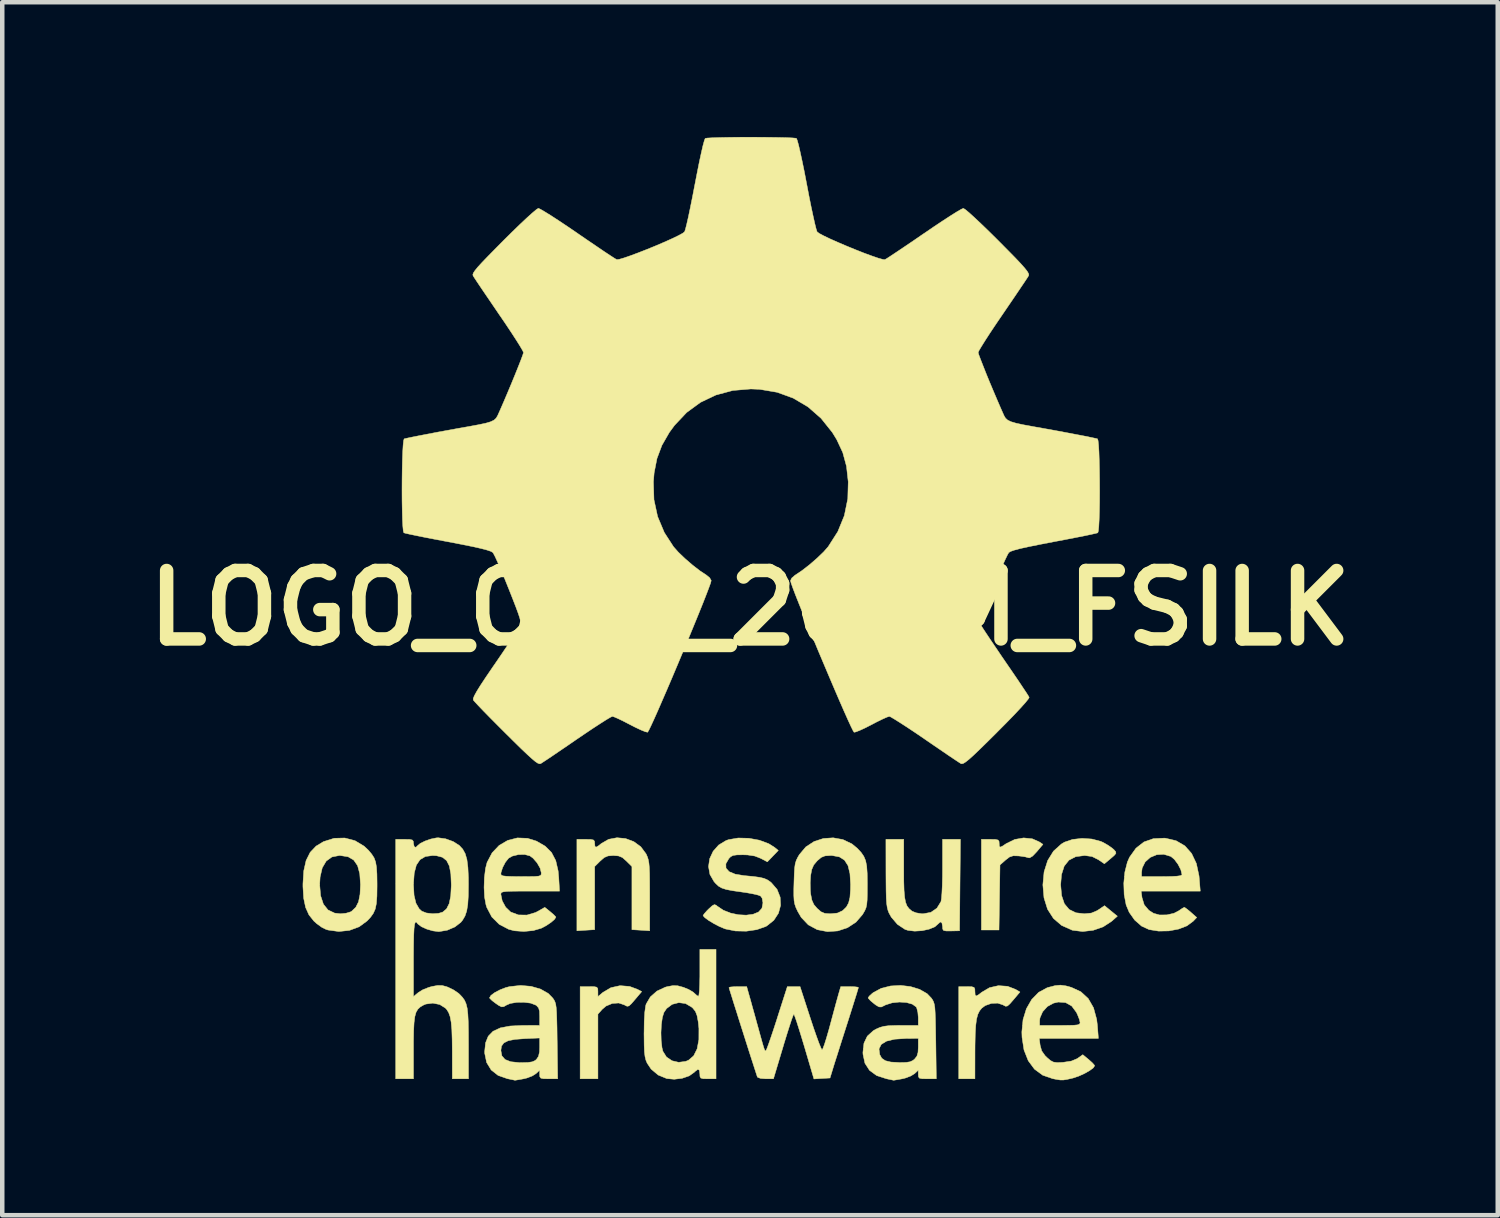
<source format=kicad_pcb>
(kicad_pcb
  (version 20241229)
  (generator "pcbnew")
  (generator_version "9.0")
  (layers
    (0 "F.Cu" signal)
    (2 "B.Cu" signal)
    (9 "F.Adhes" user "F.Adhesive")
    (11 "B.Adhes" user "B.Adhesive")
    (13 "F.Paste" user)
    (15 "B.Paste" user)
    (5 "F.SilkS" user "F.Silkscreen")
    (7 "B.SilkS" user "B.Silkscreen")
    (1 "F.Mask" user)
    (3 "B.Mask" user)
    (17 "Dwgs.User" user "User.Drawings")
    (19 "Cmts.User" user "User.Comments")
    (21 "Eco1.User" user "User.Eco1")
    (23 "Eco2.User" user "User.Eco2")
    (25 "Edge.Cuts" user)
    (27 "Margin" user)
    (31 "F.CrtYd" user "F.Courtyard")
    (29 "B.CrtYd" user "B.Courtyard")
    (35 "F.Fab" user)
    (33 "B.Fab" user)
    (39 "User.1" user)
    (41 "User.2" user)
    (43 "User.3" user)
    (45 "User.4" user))
  (footprint "LOGO_OSH_20MM_FSILK"
    (layer "F.Cu")
    (at 13.651 10.488)
    (property "Reference" "LOGO_OSH_20MM_FSILK" (at 0 0 0) (layer "F.SilkS") (effects (font (size 1.524 1.524) (thickness 0.3))))
    (attr through_hole)
    (fp_poly (pts (xy -2.682 8.427) (xy -2.513 8.489) (xy -2.412 8.542) (xy -2.561 8.718) (xy -2.643 8.813) (xy -2.696 8.861) (xy -2.737 8.869) (xy -2.782 8.848) (xy -2.797 8.838) (xy -2.923 8.796) (xy -3.067 8.806) (xy -3.206 8.864) (xy -3.288 8.933) (xy -3.387 9.044) (xy -3.387 10.484) (xy -3.783 10.484) (xy -3.783 8.431) (xy -3.585 8.431) (xy -3.472 8.432) (xy -3.413 8.444) (xy -3.39 8.476) (xy -3.387 8.538) (xy -3.387 8.542) (xy -3.387 8.653) (xy -3.277 8.561) (xy -3.098 8.455) (xy -2.894 8.41) (xy -2.682 8.427)) (stroke (width 0.01) (type solid)) (fill yes) (layer "F.SilkS"))
    (fp_poly (pts (xy 6.286 5.14) (xy 6.436 5.206) (xy 6.523 5.263) (xy 6.388 5.424) (xy 6.293 5.524) (xy 6.226 5.564) (xy 6.198 5.561) (xy 6.13 5.542) (xy 6.023 5.526) (xy 5.976 5.521) (xy 5.861 5.518) (xy 5.779 5.544) (xy 5.693 5.61) (xy 5.688 5.614) (xy 5.566 5.722) (xy 5.544 7.17) (xy 5.152 7.17) (xy 5.152 5.152) (xy 5.35 5.152) (xy 5.464 5.154) (xy 5.523 5.167) (xy 5.545 5.197) (xy 5.548 5.242) (xy 5.551 5.304) (xy 5.569 5.325) (xy 5.618 5.305) (xy 5.71 5.244) (xy 5.713 5.243) (xy 5.896 5.154) (xy 6.094 5.12) (xy 6.286 5.14)) (stroke (width 0.01) (type solid)) (fill yes) (layer "F.SilkS"))
    (fp_poly (pts (xy 5.735 8.424) (xy 5.915 8.494) (xy 6.011 8.551) (xy 5.866 8.723) (xy 5.785 8.816) (xy 5.733 8.862) (xy 5.692 8.869) (xy 5.646 8.846) (xy 5.634 8.838) (xy 5.515 8.799) (xy 5.374 8.805) (xy 5.238 8.853) (xy 5.162 8.909) (xy 5.111 8.971) (xy 5.072 9.05) (xy 5.044 9.155) (xy 5.026 9.297) (xy 5.015 9.485) (xy 5.01 9.73) (xy 5.009 9.881) (xy 5.008 10.484) (xy 4.648 10.484) (xy 4.648 8.431) (xy 4.828 8.431) (xy 4.934 8.433) (xy 4.988 8.448) (xy 5.006 8.485) (xy 5.008 8.539) (xy 5.013 8.616) (xy 5.037 8.64) (xy 5.091 8.611) (xy 5.158 8.558) (xy 5.332 8.455) (xy 5.531 8.41) (xy 5.735 8.424)) (stroke (width 0.01) (type solid)) (fill yes) (layer "F.SilkS"))
    (fp_poly (pts (xy -2.772 5.134) (xy -2.59 5.202) (xy -2.433 5.316) (xy -2.317 5.472) (xy -2.31 5.485) (xy -2.285 5.543) (xy -2.266 5.603) (xy -2.252 5.677) (xy -2.243 5.775) (xy -2.237 5.909) (xy -2.235 6.089) (xy -2.234 6.327) (xy -2.234 6.415) (xy -2.234 7.188) (xy -2.432 7.175) (xy -2.63 7.163) (xy -2.63 5.757) (xy -2.753 5.635) (xy -2.843 5.556) (xy -2.929 5.521) (xy -3.044 5.512) (xy -3.162 5.521) (xy -3.247 5.557) (xy -3.336 5.635) (xy -3.459 5.757) (xy -3.459 7.163) (xy -3.657 7.175) (xy -3.855 7.188) (xy -3.855 5.152) (xy -3.657 5.152) (xy -3.543 5.154) (xy -3.484 5.167) (xy -3.462 5.197) (xy -3.459 5.242) (xy -3.453 5.309) (xy -3.427 5.326) (xy -3.369 5.292) (xy -3.31 5.244) (xy -3.148 5.151) (xy -2.963 5.116) (xy -2.772 5.134)) (stroke (width 0.01) (type solid)) (fill yes) (layer "F.SilkS"))
    (fp_poly (pts (xy 7.613 5.145) (xy 7.811 5.198) (xy 7.863 5.221) (xy 7.976 5.286) (xy 8.071 5.354) (xy 8.104 5.383) (xy 8.143 5.429) (xy 8.147 5.465) (xy 8.109 5.511) (xy 8.033 5.577) (xy 7.891 5.696) (xy 7.756 5.604) (xy 7.615 5.534) (xy 7.454 5.512) (xy 7.448 5.512) (xy 7.251 5.538) (xy 7.101 5.616) (xy 6.996 5.748) (xy 6.936 5.936) (xy 6.917 6.163) (xy 6.938 6.403) (xy 7 6.586) (xy 7.106 6.713) (xy 7.257 6.787) (xy 7.444 6.809) (xy 7.6 6.794) (xy 7.728 6.74) (xy 7.761 6.719) (xy 7.894 6.629) (xy 8.18 6.863) (xy 8.05 6.978) (xy 7.863 7.1) (xy 7.641 7.177) (xy 7.407 7.204) (xy 7.186 7.177) (xy 7.169 7.172) (xy 6.937 7.068) (xy 6.756 6.912) (xy 6.625 6.708) (xy 6.546 6.455) (xy 6.521 6.166) (xy 6.548 5.876) (xy 6.628 5.624) (xy 6.757 5.415) (xy 6.932 5.257) (xy 7.002 5.215) (xy 7.181 5.154) (xy 7.394 5.13) (xy 7.613 5.145)) (stroke (width 0.01) (type solid)) (fill yes) (layer "F.SilkS"))
    (fp_poly (pts (xy 3.423 5.82) (xy 3.424 6.086) (xy 3.43 6.29) (xy 3.443 6.442) (xy 3.464 6.554) (xy 3.496 6.635) (xy 3.541 6.695) (xy 3.601 6.746) (xy 3.611 6.753) (xy 3.698 6.788) (xy 3.818 6.808) (xy 3.858 6.809) (xy 4.028 6.777) (xy 4.162 6.684) (xy 4.252 6.538) (xy 4.263 6.472) (xy 4.273 6.348) (xy 4.281 6.18) (xy 4.286 5.98) (xy 4.287 5.798) (xy 4.287 5.152) (xy 4.685 5.152) (xy 4.675 6.17) (xy 4.666 7.188) (xy 4.477 7.192) (xy 4.367 7.192) (xy 4.31 7.181) (xy 4.29 7.148) (xy 4.287 7.093) (xy 4.273 7.013) (xy 4.238 6.99) (xy 4.195 7.029) (xy 4.116 7.099) (xy 3.987 7.152) (xy 3.831 7.186) (xy 3.667 7.196) (xy 3.519 7.179) (xy 3.451 7.157) (xy 3.284 7.046) (xy 3.146 6.885) (xy 3.094 6.791) (xy 3.072 6.734) (xy 3.055 6.666) (xy 3.042 6.578) (xy 3.034 6.458) (xy 3.03 6.295) (xy 3.028 6.078) (xy 3.027 5.9) (xy 3.026 5.152) (xy 3.423 5.152) (xy 3.423 5.82)) (stroke (width 0.01) (type solid)) (fill yes) (layer "F.SilkS"))
    (fp_poly (pts (xy -8.796 5.182) (xy -8.592 5.305) (xy -8.494 5.398) (xy -8.423 5.483) (xy -8.371 5.564) (xy -8.338 5.655) (xy -8.318 5.77) (xy -8.308 5.925) (xy -8.305 6.133) (xy -8.305 6.197) (xy -8.308 6.416) (xy -8.32 6.579) (xy -8.345 6.702) (xy -8.389 6.801) (xy -8.454 6.891) (xy -8.526 6.968) (xy -8.704 7.099) (xy -8.92 7.179) (xy -9.156 7.204) (xy -9.396 7.171) (xy -9.439 7.158) (xy -9.536 7.11) (xy -9.649 7.028) (xy -9.713 6.97) (xy -9.822 6.833) (xy -9.896 6.668) (xy -9.939 6.463) (xy -9.955 6.206) (xy -9.955 6.161) (xy -9.583 6.161) (xy -9.562 6.407) (xy -9.5 6.595) (xy -9.397 6.724) (xy -9.251 6.794) (xy -9.12 6.809) (xy -8.996 6.797) (xy -8.893 6.766) (xy -8.871 6.753) (xy -8.778 6.664) (xy -8.717 6.542) (xy -8.684 6.374) (xy -8.674 6.161) (xy -8.69 5.919) (xy -8.738 5.739) (xy -8.824 5.614) (xy -8.949 5.54) (xy -9.119 5.513) (xy -9.147 5.512) (xy -9.31 5.544) (xy -9.436 5.635) (xy -9.525 5.785) (xy -9.573 5.991) (xy -9.583 6.161) (xy -9.955 6.161) (xy -9.955 6.143) (xy -9.937 5.854) (xy -9.885 5.623) (xy -9.794 5.441) (xy -9.662 5.302) (xy -9.498 5.203) (xy -9.26 5.128) (xy -9.023 5.122) (xy -8.796 5.182)) (stroke (width 0.01) (type solid)) (fill yes) (layer "F.SilkS"))
    (fp_poly (pts (xy 9.251 5.127) (xy 9.488 5.183) (xy 9.683 5.297) (xy 9.833 5.467) (xy 9.939 5.69) (xy 9.998 5.966) (xy 10.003 6.026) (xy 10.026 6.305) (xy 8.709 6.305) (xy 8.729 6.452) (xy 8.778 6.611) (xy 8.881 6.732) (xy 8.986 6.799) (xy 9.12 6.836) (xy 9.283 6.834) (xy 9.441 6.798) (xy 9.548 6.742) (xy 9.622 6.691) (xy 9.668 6.666) (xy 9.671 6.665) (xy 9.706 6.687) (xy 9.776 6.742) (xy 9.818 6.778) (xy 9.947 6.892) (xy 9.867 6.976) (xy 9.729 7.078) (xy 9.542 7.15) (xy 9.326 7.191) (xy 9.099 7.195) (xy 8.886 7.161) (xy 8.718 7.083) (xy 8.565 6.949) (xy 8.443 6.776) (xy 8.375 6.613) (xy 8.331 6.381) (xy 8.323 6.128) (xy 8.346 5.887) (xy 8.719 5.887) (xy 8.719 5.981) (xy 9.169 5.981) (xy 9.369 5.979) (xy 9.504 5.972) (xy 9.584 5.961) (xy 9.617 5.943) (xy 9.619 5.936) (xy 9.593 5.83) (xy 9.531 5.708) (xy 9.45 5.599) (xy 9.372 5.533) (xy 9.213 5.485) (xy 9.055 5.494) (xy 8.912 5.554) (xy 8.799 5.655) (xy 8.732 5.789) (xy 8.719 5.887) (xy 8.346 5.887) (xy 8.347 5.879) (xy 8.403 5.658) (xy 8.451 5.55) (xy 8.595 5.348) (xy 8.772 5.21) (xy 8.983 5.136) (xy 9.227 5.125) (xy 9.251 5.127)) (stroke (width 0.01) (type solid)) (fill yes) (layer "F.SilkS"))
    (fp_poly (pts (xy 7.035 8.415) (xy 7.155 8.448) (xy 7.366 8.545) (xy 7.531 8.697) (xy 7.649 8.903) (xy 7.719 9.161) (xy 7.735 9.296) (xy 7.757 9.584) (xy 6.44 9.584) (xy 6.46 9.737) (xy 6.495 9.863) (xy 6.571 9.97) (xy 6.613 10.011) (xy 6.691 10.078) (xy 6.757 10.112) (xy 6.839 10.123) (xy 6.964 10.118) (xy 6.968 10.118) (xy 7.154 10.09) (xy 7.288 10.034) (xy 7.3 10.025) (xy 7.41 9.947) (xy 7.542 10.056) (xy 7.62 10.126) (xy 7.667 10.179) (xy 7.674 10.194) (xy 7.643 10.241) (xy 7.562 10.301) (xy 7.448 10.366) (xy 7.32 10.424) (xy 7.196 10.466) (xy 7.179 10.47) (xy 7.057 10.498) (xy 6.975 10.511) (xy 6.904 10.51) (xy 6.812 10.495) (xy 6.74 10.481) (xy 6.517 10.404) (xy 6.334 10.269) (xy 6.195 10.081) (xy 6.101 9.843) (xy 6.057 9.56) (xy 6.053 9.44) (xy 6.077 9.193) (xy 6.449 9.193) (xy 6.449 9.295) (xy 6.899 9.295) (xy 7.087 9.294) (xy 7.214 9.291) (xy 7.293 9.283) (xy 7.333 9.268) (xy 7.348 9.246) (xy 7.35 9.231) (xy 7.334 9.162) (xy 7.294 9.06) (xy 7.269 9.006) (xy 7.164 8.864) (xy 7.028 8.787) (xy 6.864 8.775) (xy 6.759 8.799) (xy 6.623 8.873) (xy 6.516 8.99) (xy 6.456 9.128) (xy 6.449 9.193) (xy 6.077 9.193) (xy 6.079 9.168) (xy 6.154 8.924) (xy 6.272 8.718) (xy 6.427 8.559) (xy 6.615 8.457) (xy 6.644 8.448) (xy 6.794 8.409) (xy 6.912 8.398) (xy 7.035 8.415)) (stroke (width 0.01) (type solid)) (fill yes) (layer "F.SilkS"))
    (fp_poly (pts (xy -0.757 10.484) (xy -0.937 10.484) (xy -1.043 10.482) (xy -1.097 10.467) (xy -1.115 10.43) (xy -1.117 10.376) (xy -1.128 10.292) (xy -1.163 10.274) (xy -1.226 10.322) (xy -1.242 10.339) (xy -1.355 10.419) (xy -1.512 10.473) (xy -1.688 10.494) (xy -1.853 10.479) (xy -2.045 10.4) (xy -2.203 10.267) (xy -2.291 10.135) (xy -2.319 10.068) (xy -2.338 9.989) (xy -2.351 9.884) (xy -2.357 9.739) (xy -2.359 9.54) (xy -2.36 9.475) (xy -2.359 9.456) (xy -1.983 9.456) (xy -1.978 9.636) (xy -1.96 9.792) (xy -1.941 9.87) (xy -1.861 9.998) (xy -1.738 10.082) (xy -1.589 10.117) (xy -1.432 10.096) (xy -1.368 10.069) (xy -1.255 9.972) (xy -1.178 9.817) (xy -1.139 9.611) (xy -1.138 9.362) (xy -1.153 9.218) (xy -1.179 9.078) (xy -1.215 8.984) (xy -1.273 8.911) (xy -1.296 8.89) (xy -1.435 8.808) (xy -1.587 8.788) (xy -1.734 8.826) (xy -1.858 8.919) (xy -1.918 9.008) (xy -1.952 9.118) (xy -1.974 9.275) (xy -1.983 9.456) (xy -2.359 9.456) (xy -2.356 9.209) (xy -2.344 9.003) (xy -2.324 8.861) (xy -2.313 8.82) (xy -2.22 8.661) (xy -2.073 8.531) (xy -1.887 8.444) (xy -1.843 8.432) (xy -1.713 8.408) (xy -1.608 8.413) (xy -1.483 8.447) (xy -1.366 8.495) (xy -1.272 8.55) (xy -1.242 8.576) (xy -1.183 8.629) (xy -1.147 8.647) (xy -1.137 8.613) (xy -1.127 8.52) (xy -1.121 8.38) (xy -1.117 8.206) (xy -1.117 8.124) (xy -1.117 7.602) (xy -0.757 7.602) (xy -0.757 10.484)) (stroke (width 0.01) (type solid)) (fill yes) (layer "F.SilkS"))
    (fp_poly (pts (xy 2.068 5.157) (xy 2.269 5.253) (xy 2.39 5.353) (xy 2.475 5.445) (xy 2.534 5.531) (xy 2.574 5.627) (xy 2.598 5.748) (xy 2.609 5.908) (xy 2.612 6.123) (xy 2.612 6.164) (xy 2.611 6.361) (xy 2.608 6.502) (xy 2.599 6.601) (xy 2.583 6.675) (xy 2.556 6.739) (xy 2.516 6.808) (xy 2.503 6.829) (xy 2.359 6.996) (xy 2.171 7.119) (xy 1.954 7.191) (xy 1.725 7.207) (xy 1.497 7.163) (xy 1.495 7.162) (xy 1.298 7.056) (xy 1.14 6.89) (xy 1.063 6.758) (xy 1.022 6.671) (xy 0.996 6.595) (xy 0.981 6.512) (xy 0.975 6.404) (xy 0.975 6.254) (xy 0.979 6.119) (xy 1.34 6.119) (xy 1.344 6.295) (xy 1.35 6.366) (xy 1.377 6.505) (xy 1.422 6.605) (xy 1.495 6.69) (xy 1.581 6.765) (xy 1.664 6.8) (xy 1.78 6.809) (xy 1.793 6.809) (xy 1.945 6.794) (xy 2.058 6.742) (xy 2.069 6.733) (xy 2.145 6.659) (xy 2.195 6.568) (xy 2.225 6.445) (xy 2.237 6.275) (xy 2.239 6.155) (xy 2.225 5.915) (xy 2.182 5.737) (xy 2.104 5.615) (xy 1.989 5.542) (xy 1.831 5.513) (xy 1.79 5.512) (xy 1.67 5.52) (xy 1.585 5.554) (xy 1.498 5.628) (xy 1.495 5.631) (xy 1.418 5.723) (xy 1.374 5.825) (xy 1.35 5.956) (xy 1.34 6.119) (xy 0.979 6.119) (xy 0.979 6.115) (xy 0.985 5.926) (xy 0.993 5.791) (xy 1.007 5.695) (xy 1.03 5.619) (xy 1.065 5.548) (xy 1.099 5.491) (xy 1.242 5.321) (xy 1.425 5.201) (xy 1.633 5.133) (xy 1.852 5.118) (xy 2.068 5.157)) (stroke (width 0.01) (type solid)) (fill yes) (layer "F.SilkS"))
    (fp_poly (pts (xy -4.955 5.129) (xy -4.756 5.191) (xy -4.561 5.304) (xy -4.42 5.445) (xy -4.326 5.625) (xy -4.273 5.855) (xy -4.259 6.008) (xy -4.242 6.305) (xy -4.895 6.305) (xy -5.127 6.305) (xy -5.296 6.307) (xy -5.412 6.311) (xy -5.486 6.319) (xy -5.527 6.331) (xy -5.544 6.349) (xy -5.548 6.374) (xy -5.548 6.378) (xy -5.518 6.522) (xy -5.441 6.663) (xy -5.334 6.767) (xy -5.325 6.772) (xy -5.156 6.835) (xy -4.967 6.838) (xy -4.776 6.781) (xy -4.726 6.755) (xy -4.57 6.666) (xy -4.447 6.765) (xy -4.372 6.829) (xy -4.328 6.875) (xy -4.323 6.884) (xy -4.353 6.933) (xy -4.429 6.999) (xy -4.533 7.07) (xy -4.648 7.131) (xy -4.826 7.183) (xy -5.036 7.203) (xy -5.244 7.188) (xy -5.371 7.156) (xy -5.585 7.044) (xy -5.75 6.88) (xy -5.861 6.669) (xy -5.879 6.612) (xy -5.911 6.438) (xy -5.922 6.226) (xy -5.915 6.005) (xy -5.905 5.926) (xy -5.548 5.926) (xy -5.538 5.949) (xy -5.501 5.965) (xy -5.426 5.974) (xy -5.302 5.979) (xy -5.117 5.981) (xy -5.098 5.981) (xy -4.911 5.98) (xy -4.785 5.978) (xy -4.707 5.971) (xy -4.666 5.957) (xy -4.65 5.934) (xy -4.648 5.9) (xy -4.648 5.896) (xy -4.674 5.793) (xy -4.741 5.676) (xy -4.83 5.573) (xy -4.901 5.52) (xy -5.017 5.489) (xy -5.159 5.492) (xy -5.294 5.525) (xy -5.375 5.571) (xy -5.447 5.661) (xy -5.509 5.779) (xy -5.545 5.892) (xy -5.548 5.926) (xy -5.905 5.926) (xy -5.89 5.802) (xy -5.855 5.665) (xy -5.743 5.452) (xy -5.586 5.287) (xy -5.395 5.175) (xy -5.181 5.12) (xy -4.955 5.129)) (stroke (width 0.01) (type solid)) (fill yes) (layer "F.SilkS"))
    (fp_poly (pts (xy -0.027 5.128) (xy 0.207 5.171) (xy 0.415 5.248) (xy 0.548 5.332) (xy 0.63 5.399) (xy 0.508 5.526) (xy 0.386 5.653) (xy 0.238 5.575) (xy 0.105 5.523) (xy -0.054 5.499) (xy -0.156 5.496) (xy -0.292 5.498) (xy -0.377 5.51) (xy -0.432 5.539) (xy -0.471 5.579) (xy -0.538 5.695) (xy -0.535 5.793) (xy -0.466 5.871) (xy -0.331 5.927) (xy -0.132 5.96) (xy -0.12 5.961) (xy 0.074 5.979) (xy 0.213 5.998) (xy 0.311 6.021) (xy 0.385 6.053) (xy 0.451 6.098) (xy 0.474 6.117) (xy 0.603 6.267) (xy 0.671 6.44) (xy 0.681 6.621) (xy 0.633 6.797) (xy 0.53 6.954) (xy 0.374 7.079) (xy 0.349 7.093) (xy 0.15 7.163) (xy -0.084 7.197) (xy -0.325 7.192) (xy -0.544 7.148) (xy -0.566 7.141) (xy -0.682 7.092) (xy -0.805 7.028) (xy -0.918 6.96) (xy -1.003 6.898) (xy -1.044 6.853) (xy -1.045 6.848) (xy -1.021 6.811) (xy -0.961 6.743) (xy -0.92 6.702) (xy -0.842 6.631) (xy -0.794 6.605) (xy -0.755 6.618) (xy -0.73 6.639) (xy -0.595 6.73) (xy -0.433 6.794) (xy -0.258 6.831) (xy -0.086 6.84) (xy 0.068 6.82) (xy 0.19 6.77) (xy 0.262 6.69) (xy 0.266 6.682) (xy 0.288 6.567) (xy 0.27 6.464) (xy 0.237 6.415) (xy 0.181 6.393) (xy 0.071 6.367) (xy -0.075 6.34) (xy -0.194 6.323) (xy -0.39 6.295) (xy -0.53 6.268) (xy -0.629 6.236) (xy -0.703 6.193) (xy -0.767 6.132) (xy -0.802 6.092) (xy -0.893 5.933) (xy -0.924 5.758) (xy -0.898 5.582) (xy -0.821 5.417) (xy -0.698 5.278) (xy -0.534 5.179) (xy -0.478 5.159) (xy -0.263 5.122) (xy -0.027 5.128)) (stroke (width 0.01) (type solid)) (fill yes) (layer "F.SilkS"))
    (fp_poly (pts (xy -4.876 8.425) (xy -4.665 8.486) (xy -4.492 8.584) (xy -4.392 8.687) (xy -4.364 8.728) (xy -4.343 8.771) (xy -4.327 8.824) (xy -4.316 8.898) (xy -4.308 9.003) (xy -4.303 9.15) (xy -4.298 9.346) (xy -4.295 9.604) (xy -4.294 9.647) (xy -4.283 10.484) (xy -4.483 10.484) (xy -4.597 10.482) (xy -4.657 10.47) (xy -4.68 10.44) (xy -4.684 10.388) (xy -4.684 10.292) (xy -4.767 10.369) (xy -4.85 10.421) (xy -4.971 10.467) (xy -5.042 10.484) (xy -5.148 10.503) (xy -5.22 10.515) (xy -5.238 10.516) (xy -5.272 10.508) (xy -5.355 10.491) (xy -5.404 10.481) (xy -5.609 10.409) (xy -5.764 10.287) (xy -5.865 10.121) (xy -5.908 9.915) (xy -5.909 9.875) (xy -5.906 9.852) (xy -5.548 9.852) (xy -5.526 9.972) (xy -5.455 10.054) (xy -5.329 10.104) (xy -5.142 10.123) (xy -5.093 10.124) (xy -4.945 10.12) (xy -4.85 10.106) (xy -4.787 10.078) (xy -4.756 10.052) (xy -4.71 9.984) (xy -4.688 9.886) (xy -4.684 9.777) (xy -4.684 9.575) (xy -5.021 9.59) (xy -5.234 9.606) (xy -5.385 9.636) (xy -5.482 9.685) (xy -5.534 9.756) (xy -5.548 9.852) (xy -5.906 9.852) (xy -5.889 9.684) (xy -5.829 9.535) (xy -5.722 9.425) (xy -5.563 9.351) (xy -5.347 9.309) (xy -5.071 9.296) (xy -4.684 9.295) (xy -4.684 9.098) (xy -4.688 8.978) (xy -4.708 8.906) (xy -4.75 8.858) (xy -4.774 8.841) (xy -4.884 8.799) (xy -5.034 8.78) (xy -5.196 8.782) (xy -5.339 8.806) (xy -5.421 8.841) (xy -5.483 8.877) (xy -5.532 8.882) (xy -5.595 8.851) (xy -5.659 8.807) (xy -5.742 8.744) (xy -5.793 8.694) (xy -5.801 8.68) (xy -5.769 8.627) (xy -5.686 8.565) (xy -5.57 8.504) (xy -5.439 8.453) (xy -5.353 8.431) (xy -5.11 8.405) (xy -4.876 8.425)) (stroke (width 0.01) (type solid)) (fill yes) (layer "F.SilkS"))
    (fp_poly (pts (xy 3.572 8.43) (xy 3.775 8.492) (xy 3.943 8.588) (xy 4.038 8.687) (xy 4.066 8.728) (xy 4.087 8.771) (xy 4.103 8.824) (xy 4.115 8.898) (xy 4.122 9.003) (xy 4.128 9.15) (xy 4.132 9.346) (xy 4.136 9.604) (xy 4.137 9.647) (xy 4.148 10.484) (xy 3.948 10.484) (xy 3.833 10.482) (xy 3.773 10.47) (xy 3.751 10.44) (xy 3.747 10.388) (xy 3.747 10.292) (xy 3.664 10.369) (xy 3.58 10.421) (xy 3.459 10.467) (xy 3.389 10.484) (xy 3.282 10.503) (xy 3.211 10.515) (xy 3.193 10.516) (xy 3.158 10.508) (xy 3.077 10.491) (xy 3.035 10.482) (xy 2.82 10.412) (xy 2.661 10.296) (xy 2.559 10.138) (xy 2.516 9.938) (xy 2.514 9.895) (xy 2.523 9.818) (xy 2.872 9.818) (xy 2.888 9.944) (xy 2.934 10.027) (xy 3.013 10.081) (xy 3.137 10.111) (xy 3.318 10.121) (xy 3.33 10.122) (xy 3.473 10.119) (xy 3.565 10.105) (xy 3.629 10.074) (xy 3.664 10.046) (xy 3.716 9.98) (xy 3.741 9.894) (xy 3.747 9.775) (xy 3.747 9.584) (xy 3.468 9.586) (xy 3.22 9.602) (xy 3.038 9.646) (xy 2.922 9.718) (xy 2.872 9.818) (xy 2.523 9.818) (xy 2.537 9.691) (xy 2.612 9.534) (xy 2.745 9.413) (xy 2.81 9.376) (xy 2.894 9.339) (xy 2.982 9.315) (xy 3.092 9.301) (xy 3.244 9.296) (xy 3.358 9.295) (xy 3.747 9.295) (xy 3.747 9.122) (xy 3.737 9.005) (xy 3.713 8.91) (xy 3.7 8.884) (xy 3.615 8.822) (xy 3.483 8.785) (xy 3.326 8.775) (xy 3.165 8.792) (xy 3.021 8.837) (xy 2.986 8.855) (xy 2.923 8.885) (xy 2.871 8.882) (xy 2.803 8.842) (xy 2.761 8.81) (xy 2.682 8.744) (xy 2.636 8.693) (xy 2.63 8.68) (xy 2.656 8.642) (xy 2.722 8.582) (xy 2.747 8.563) (xy 2.922 8.469) (xy 3.13 8.417) (xy 3.352 8.404) (xy 3.572 8.43)) (stroke (width 0.01) (type solid)) (fill yes) (layer "F.SilkS"))
    (fp_poly (pts (xy -0.021 8.62) (xy 0.01 8.728) (xy 0.053 8.885) (xy 0.105 9.07) (xy 0.158 9.264) (xy 0.162 9.277) (xy 0.222 9.495) (xy 0.266 9.653) (xy 0.297 9.76) (xy 0.318 9.824) (xy 0.333 9.855) (xy 0.343 9.863) (xy 0.354 9.855) (xy 0.359 9.848) (xy 0.378 9.806) (xy 0.415 9.706) (xy 0.466 9.559) (xy 0.528 9.375) (xy 0.596 9.167) (xy 0.609 9.124) (xy 0.831 8.431) (xy 1.114 8.431) (xy 1.343 9.135) (xy 1.413 9.347) (xy 1.478 9.533) (xy 1.533 9.684) (xy 1.576 9.789) (xy 1.601 9.838) (xy 1.604 9.84) (xy 1.624 9.807) (xy 1.658 9.716) (xy 1.701 9.58) (xy 1.75 9.411) (xy 1.774 9.324) (xy 1.828 9.123) (xy 1.88 8.93) (xy 1.925 8.764) (xy 1.959 8.643) (xy 1.965 8.62) (xy 2.02 8.431) (xy 2.217 8.431) (xy 2.325 8.434) (xy 2.397 8.443) (xy 2.414 8.451) (xy 2.403 8.49) (xy 2.374 8.588) (xy 2.328 8.734) (xy 2.27 8.919) (xy 2.202 9.134) (xy 2.158 9.271) (xy 2.081 9.512) (xy 2.008 9.741) (xy 1.943 9.947) (xy 1.889 10.115) (xy 1.852 10.234) (xy 1.842 10.268) (xy 1.781 10.466) (xy 1.423 10.487) (xy 1.21 9.765) (xy 1.145 9.55) (xy 1.086 9.36) (xy 1.037 9.206) (xy 0.999 9.098) (xy 0.978 9.046) (xy 0.975 9.043) (xy 0.959 9.076) (xy 0.925 9.168) (xy 0.879 9.309) (xy 0.822 9.488) (xy 0.758 9.696) (xy 0.738 9.764) (xy 0.522 10.484) (xy 0.35 10.484) (xy 0.234 10.475) (xy 0.169 10.45) (xy 0.162 10.439) (xy 0.137 10.363) (xy 0.096 10.236) (xy 0.042 10.069) (xy -0.022 9.87) (xy -0.091 9.653) (xy -0.163 9.426) (xy -0.235 9.2) (xy -0.302 8.986) (xy -0.363 8.795) (xy -0.412 8.636) (xy -0.448 8.521) (xy -0.467 8.459) (xy -0.468 8.452) (xy -0.436 8.44) (xy -0.352 8.433) (xy -0.271 8.431) (xy -0.074 8.431) (xy -0.021 8.62)) (stroke (width 0.01) (type solid)) (fill yes) (layer "F.SilkS"))
    (fp_poly (pts (xy -6.778 5.14) (xy -6.608 5.202) (xy -6.472 5.289) (xy -6.397 5.371) (xy -6.342 5.471) (xy -6.304 5.602) (xy -6.282 5.775) (xy -6.271 6.001) (xy -6.27 6.153) (xy -6.273 6.406) (xy -6.285 6.6) (xy -6.309 6.747) (xy -6.347 6.86) (xy -6.402 6.953) (xy -6.441 7.001) (xy -6.572 7.102) (xy -6.741 7.175) (xy -6.918 7.205) (xy -6.935 7.206) (xy -7.061 7.19) (xy -7.196 7.151) (xy -7.316 7.097) (xy -7.394 7.038) (xy -7.404 7.026) (xy -7.431 6.993) (xy -7.453 6.997) (xy -7.469 7.044) (xy -7.481 7.139) (xy -7.488 7.288) (xy -7.492 7.497) (xy -7.494 7.772) (xy -7.494 7.821) (xy -7.494 8.653) (xy -7.386 8.563) (xy -7.288 8.502) (xy -7.156 8.449) (xy -7.081 8.428) (xy -6.953 8.405) (xy -6.857 8.406) (xy -6.756 8.433) (xy -6.724 8.445) (xy -6.601 8.505) (xy -6.491 8.58) (xy -6.465 8.604) (xy -6.404 8.669) (xy -6.357 8.735) (xy -6.323 8.813) (xy -6.298 8.913) (xy -6.283 9.045) (xy -6.274 9.219) (xy -6.27 9.446) (xy -6.269 9.708) (xy -6.269 10.484) (xy -6.629 10.484) (xy -6.63 9.881) (xy -6.633 9.603) (xy -6.64 9.387) (xy -6.655 9.223) (xy -6.678 9.1) (xy -6.711 9.009) (xy -6.755 8.939) (xy -6.783 8.909) (xy -6.909 8.83) (xy -7.063 8.799) (xy -7.219 8.82) (xy -7.271 8.842) (xy -7.343 8.884) (xy -7.397 8.935) (xy -7.437 9.004) (xy -7.464 9.1) (xy -7.481 9.235) (xy -7.49 9.416) (xy -7.494 9.655) (xy -7.494 9.798) (xy -7.494 10.484) (xy -7.89 10.484) (xy -7.89 6.161) (xy -7.494 6.161) (xy -7.481 6.398) (xy -7.439 6.574) (xy -7.367 6.699) (xy -7.31 6.751) (xy -7.208 6.791) (xy -7.072 6.808) (xy -6.936 6.8) (xy -6.843 6.772) (xy -6.757 6.699) (xy -6.698 6.581) (xy -6.664 6.41) (xy -6.652 6.179) (xy -6.652 6.161) (xy -6.662 5.922) (xy -6.695 5.746) (xy -6.756 5.625) (xy -6.849 5.551) (xy -6.979 5.517) (xy -7.069 5.512) (xy -7.229 5.534) (xy -7.348 5.604) (xy -7.43 5.725) (xy -7.477 5.903) (xy -7.494 6.143) (xy -7.494 6.161) (xy -7.89 6.161) (xy -7.89 5.152) (xy -7.692 5.152) (xy -7.579 5.154) (xy -7.519 5.167) (xy -7.497 5.197) (xy -7.494 5.242) (xy -7.478 5.315) (xy -7.44 5.33) (xy -7.402 5.292) (xy -7.341 5.241) (xy -7.234 5.189) (xy -7.108 5.145) (xy -6.986 5.12) (xy -6.943 5.117) (xy -6.778 5.14)) (stroke (width 0.01) (type solid)) (fill yes) (layer "F.SilkS"))
    (fp_poly (pts (xy 0.201 -10.482) (xy 0.429 -10.48) (xy 0.636 -10.477) (xy 0.812 -10.473) (xy 0.944 -10.467) (xy 1.02 -10.46) (xy 1.034 -10.456) (xy 1.051 -10.415) (xy 1.08 -10.312) (xy 1.116 -10.156) (xy 1.159 -9.958) (xy 1.207 -9.726) (xy 1.256 -9.47) (xy 1.262 -9.439) (xy 1.312 -9.177) (xy 1.36 -8.937) (xy 1.405 -8.727) (xy 1.443 -8.557) (xy 1.473 -8.438) (xy 1.492 -8.379) (xy 1.493 -8.377) (xy 1.54 -8.341) (xy 1.641 -8.287) (xy 1.785 -8.218) (xy 1.959 -8.141) (xy 2.151 -8.059) (xy 2.349 -7.978) (xy 2.541 -7.902) (xy 2.715 -7.838) (xy 2.858 -7.789) (xy 2.959 -7.761) (xy 3.003 -7.757) (xy 3.046 -7.782) (xy 3.14 -7.843) (xy 3.277 -7.934) (xy 3.448 -8.049) (xy 3.646 -8.183) (xy 3.861 -8.331) (xy 3.873 -8.338) (xy 4.089 -8.486) (xy 4.289 -8.619) (xy 4.463 -8.732) (xy 4.603 -8.82) (xy 4.701 -8.877) (xy 4.749 -8.899) (xy 4.75 -8.899) (xy 4.791 -8.874) (xy 4.875 -8.805) (xy 4.995 -8.696) (xy 5.144 -8.556) (xy 5.315 -8.391) (xy 5.501 -8.207) (xy 5.526 -8.182) (xy 5.738 -7.968) (xy 5.904 -7.799) (xy 6.028 -7.668) (xy 6.115 -7.57) (xy 6.171 -7.499) (xy 6.2 -7.45) (xy 6.208 -7.417) (xy 6.203 -7.399) (xy 6.174 -7.352) (xy 6.109 -7.254) (xy 6.015 -7.115) (xy 5.898 -6.941) (xy 5.763 -6.743) (xy 5.624 -6.539) (xy 5.479 -6.326) (xy 5.348 -6.13) (xy 5.238 -5.96) (xy 5.153 -5.824) (xy 5.098 -5.731) (xy 5.08 -5.689) (xy 5.093 -5.642) (xy 5.131 -5.541) (xy 5.187 -5.398) (xy 5.256 -5.223) (xy 5.335 -5.03) (xy 5.419 -4.83) (xy 5.502 -4.635) (xy 5.579 -4.456) (xy 5.646 -4.305) (xy 5.657 -4.281) (xy 5.689 -4.227) (xy 5.736 -4.184) (xy 5.81 -4.148) (xy 5.921 -4.115) (xy 6.082 -4.08) (xy 6.302 -4.04) (xy 6.305 -4.039) (xy 6.536 -3.998) (xy 6.775 -3.955) (xy 7.011 -3.911) (xy 7.232 -3.869) (xy 7.427 -3.832) (xy 7.584 -3.8) (xy 7.692 -3.777) (xy 7.737 -3.766) (xy 7.75 -3.727) (xy 7.761 -3.626) (xy 7.77 -3.476) (xy 7.776 -3.288) (xy 7.781 -3.071) (xy 7.784 -2.838) (xy 7.785 -2.6) (xy 7.784 -2.367) (xy 7.78 -2.15) (xy 7.774 -1.962) (xy 7.766 -1.812) (xy 7.756 -1.713) (xy 7.744 -1.674) (xy 7.7 -1.662) (xy 7.594 -1.638) (xy 7.438 -1.605) (xy 7.239 -1.566) (xy 7.008 -1.521) (xy 6.764 -1.475) (xy 6.453 -1.415) (xy 6.206 -1.365) (xy 6.02 -1.324) (xy 5.888 -1.289) (xy 5.804 -1.26) (xy 5.763 -1.235) (xy 5.733 -1.184) (xy 5.681 -1.076) (xy 5.613 -0.922) (xy 5.533 -0.733) (xy 5.445 -0.52) (xy 5.408 -0.425) (xy 5.311 -0.178) (xy 5.238 0.011) (xy 5.188 0.151) (xy 5.157 0.251) (xy 5.143 0.321) (xy 5.143 0.368) (xy 5.154 0.403) (xy 5.155 0.404) (xy 5.187 0.456) (xy 5.254 0.558) (xy 5.349 0.701) (xy 5.467 0.875) (xy 5.6 1.072) (xy 5.698 1.215) (xy 5.838 1.419) (xy 5.964 1.604) (xy 6.07 1.763) (xy 6.152 1.886) (xy 6.202 1.965) (xy 6.216 1.99) (xy 6.196 2.027) (xy 6.13 2.109) (xy 6.021 2.23) (xy 5.877 2.384) (xy 5.701 2.565) (xy 5.499 2.768) (xy 5.499 2.769) (xy 5.282 2.984) (xy 5.109 3.153) (xy 4.976 3.28) (xy 4.876 3.37) (xy 4.803 3.428) (xy 4.752 3.46) (xy 4.717 3.47) (xy 4.696 3.465) (xy 4.649 3.435) (xy 4.551 3.37) (xy 4.412 3.277) (xy 4.241 3.16) (xy 4.046 3.027) (xy 3.892 2.921) (xy 3.687 2.781) (xy 3.499 2.656) (xy 3.338 2.552) (xy 3.212 2.473) (xy 3.13 2.425) (xy 3.102 2.414) (xy 3.05 2.43) (xy 2.951 2.474) (xy 2.82 2.538) (xy 2.71 2.596) (xy 2.565 2.67) (xy 2.441 2.727) (xy 2.352 2.761) (xy 2.317 2.767) (xy 2.295 2.733) (xy 2.249 2.64) (xy 2.182 2.495) (xy 2.098 2.307) (xy 2 2.083) (xy 1.891 1.83) (xy 1.775 1.558) (xy 1.654 1.272) (xy 1.531 0.981) (xy 1.411 0.692) (xy 1.297 0.414) (xy 1.19 0.154) (xy 1.096 -0.08) (xy 1.016 -0.281) (xy 0.955 -0.441) (xy 0.916 -0.552) (xy 0.901 -0.607) (xy 0.901 -0.608) (xy 0.929 -0.666) (xy 0.999 -0.727) (xy 1.007 -0.732) (xy 1.156 -0.832) (xy 1.325 -0.963) (xy 1.492 -1.108) (xy 1.639 -1.249) (xy 1.74 -1.364) (xy 1.955 -1.701) (xy 2.1 -2.056) (xy 2.177 -2.433) (xy 2.187 -2.81) (xy 2.148 -3.156) (xy 2.065 -3.462) (xy 1.931 -3.749) (xy 1.833 -3.909) (xy 1.582 -4.223) (xy 1.291 -4.478) (xy 0.963 -4.672) (xy 0.603 -4.803) (xy 0.214 -4.869) (xy 0.018 -4.877) (xy -0.383 -4.843) (xy -0.758 -4.743) (xy -1.102 -4.579) (xy -1.411 -4.353) (xy -1.681 -4.067) (xy -1.797 -3.909) (xy -1.962 -3.622) (xy -2.072 -3.329) (xy -2.135 -3.008) (xy -2.151 -2.81) (xy -2.139 -2.411) (xy -2.058 -2.036) (xy -1.909 -1.681) (xy -1.704 -1.364) (xy -1.597 -1.243) (xy -1.449 -1.101) (xy -1.281 -0.956) (xy -1.113 -0.826) (xy -0.971 -0.732) (xy -0.899 -0.673) (xy -0.865 -0.613) (xy -0.865 -0.608) (xy -0.878 -0.556) (xy -0.917 -0.448) (xy -0.977 -0.291) (xy -1.055 -0.092) (xy -1.149 0.141) (xy -1.255 0.4) (xy -1.369 0.677) (xy -1.489 0.965) (xy -1.611 1.256) (xy -1.732 1.543) (xy -1.849 1.817) (xy -1.959 2.07) (xy -2.057 2.296) (xy -2.142 2.486) (xy -2.21 2.633) (xy -2.257 2.729) (xy -2.281 2.767) (xy -2.281 2.767) (xy -2.333 2.755) (xy -2.432 2.715) (xy -2.563 2.653) (xy -2.674 2.596) (xy -2.819 2.521) (xy -2.943 2.461) (xy -3.032 2.423) (xy -3.066 2.414) (xy -3.109 2.434) (xy -3.202 2.489) (xy -3.337 2.575) (xy -3.506 2.685) (xy -3.698 2.814) (xy -3.856 2.921) (xy -4.062 3.063) (xy -4.252 3.192) (xy -4.416 3.304) (xy -4.545 3.39) (xy -4.631 3.446) (xy -4.66 3.465) (xy -4.686 3.47) (xy -4.724 3.457) (xy -4.779 3.421) (xy -4.856 3.356) (xy -4.963 3.259) (xy -5.105 3.124) (xy -5.287 2.945) (xy -5.429 2.804) (xy -5.614 2.619) (xy -5.784 2.448) (xy -5.931 2.298) (xy -6.047 2.177) (xy -6.126 2.092) (xy -6.162 2.05) (xy -6.162 2.049) (xy -6.163 2.015) (xy -6.138 1.953) (xy -6.084 1.855) (xy -5.999 1.718) (xy -5.878 1.535) (xy -5.718 1.3) (xy -5.688 1.257) (xy -5.545 1.048) (xy -5.414 0.854) (xy -5.3 0.685) (xy -5.21 0.549) (xy -5.15 0.456) (xy -5.129 0.421) (xy -5.113 0.386) (xy -5.106 0.346) (xy -5.11 0.295) (xy -5.128 0.221) (xy -5.163 0.116) (xy -5.217 -0.03) (xy -5.293 -0.226) (xy -5.372 -0.425) (xy -5.461 -0.646) (xy -5.544 -0.846) (xy -5.618 -1.016) (xy -5.677 -1.145) (xy -5.717 -1.221) (xy -5.727 -1.235) (xy -5.768 -1.26) (xy -5.853 -1.289) (xy -5.985 -1.324) (xy -6.172 -1.366) (xy -6.419 -1.416) (xy -6.728 -1.475) (xy -6.981 -1.523) (xy -7.211 -1.567) (xy -7.408 -1.607) (xy -7.563 -1.639) (xy -7.667 -1.662) (xy -7.708 -1.674) (xy -7.721 -1.717) (xy -7.731 -1.819) (xy -7.739 -1.971) (xy -7.744 -2.162) (xy -7.748 -2.379) (xy -7.749 -2.613) (xy -7.748 -2.851) (xy -7.745 -3.084) (xy -7.74 -3.299) (xy -7.733 -3.486) (xy -7.724 -3.633) (xy -7.713 -3.731) (xy -7.701 -3.766) (xy -7.647 -3.779) (xy -7.534 -3.803) (xy -7.373 -3.835) (xy -7.175 -3.873) (xy -6.952 -3.916) (xy -6.715 -3.959) (xy -6.476 -4.003) (xy -6.269 -4.039) (xy -6.048 -4.08) (xy -5.887 -4.114) (xy -5.775 -4.147) (xy -5.701 -4.183) (xy -5.654 -4.226) (xy -5.622 -4.28) (xy -5.621 -4.281) (xy -5.557 -4.424) (xy -5.481 -4.599) (xy -5.399 -4.792) (xy -5.315 -4.992) (xy -5.235 -5.187) (xy -5.163 -5.366) (xy -5.104 -5.516) (xy -5.063 -5.626) (xy -5.044 -5.684) (xy -5.044 -5.689) (xy -5.064 -5.733) (xy -5.119 -5.828) (xy -5.205 -5.965) (xy -5.316 -6.136) (xy -5.447 -6.333) (xy -5.588 -6.539) (xy -5.734 -6.754) (xy -5.868 -6.951) (xy -5.985 -7.123) (xy -6.077 -7.26) (xy -6.14 -7.356) (xy -6.167 -7.399) (xy -6.172 -7.424) (xy -6.159 -7.462) (xy -6.123 -7.516) (xy -6.059 -7.594) (xy -5.962 -7.7) (xy -5.827 -7.84) (xy -5.649 -8.021) (xy -5.49 -8.182) (xy -5.302 -8.368) (xy -5.128 -8.537) (xy -4.976 -8.68) (xy -4.851 -8.793) (xy -4.762 -8.868) (xy -4.715 -8.899) (xy -4.712 -8.899) (xy -4.667 -8.879) (xy -4.571 -8.823) (xy -4.432 -8.737) (xy -4.26 -8.625) (xy -4.062 -8.493) (xy -3.846 -8.346) (xy -3.837 -8.339) (xy -3.621 -8.191) (xy -3.422 -8.056) (xy -3.25 -7.939) (xy -3.111 -7.847) (xy -3.015 -7.785) (xy -2.969 -7.758) (xy -2.969 -7.758) (xy -2.915 -7.763) (xy -2.809 -7.794) (xy -2.661 -7.845) (xy -2.484 -7.911) (xy -2.29 -7.987) (xy -2.092 -8.068) (xy -1.901 -8.15) (xy -1.73 -8.227) (xy -1.591 -8.294) (xy -1.495 -8.347) (xy -1.457 -8.377) (xy -1.439 -8.43) (xy -1.41 -8.544) (xy -1.372 -8.71) (xy -1.329 -8.917) (xy -1.281 -9.155) (xy -1.231 -9.415) (xy -1.226 -9.439) (xy -1.176 -9.697) (xy -1.129 -9.932) (xy -1.085 -10.135) (xy -1.048 -10.296) (xy -1.018 -10.405) (xy -0.999 -10.454) (xy -0.998 -10.456) (xy -0.95 -10.464) (xy -0.842 -10.47) (xy -0.685 -10.475) (xy -0.491 -10.479) (xy -0.271 -10.482) (xy -0.036 -10.483) (xy 0.201 -10.482)) (stroke (width 0.01) (type solid)) (fill yes) (layer "F.SilkS")))
  (gr_rect
    (start -3 -3)
    (end 30.301 24.009)
    (stroke (width 0.1) (type default))
    (fill no)
    (layer "Edge.Cuts")))
</source>
